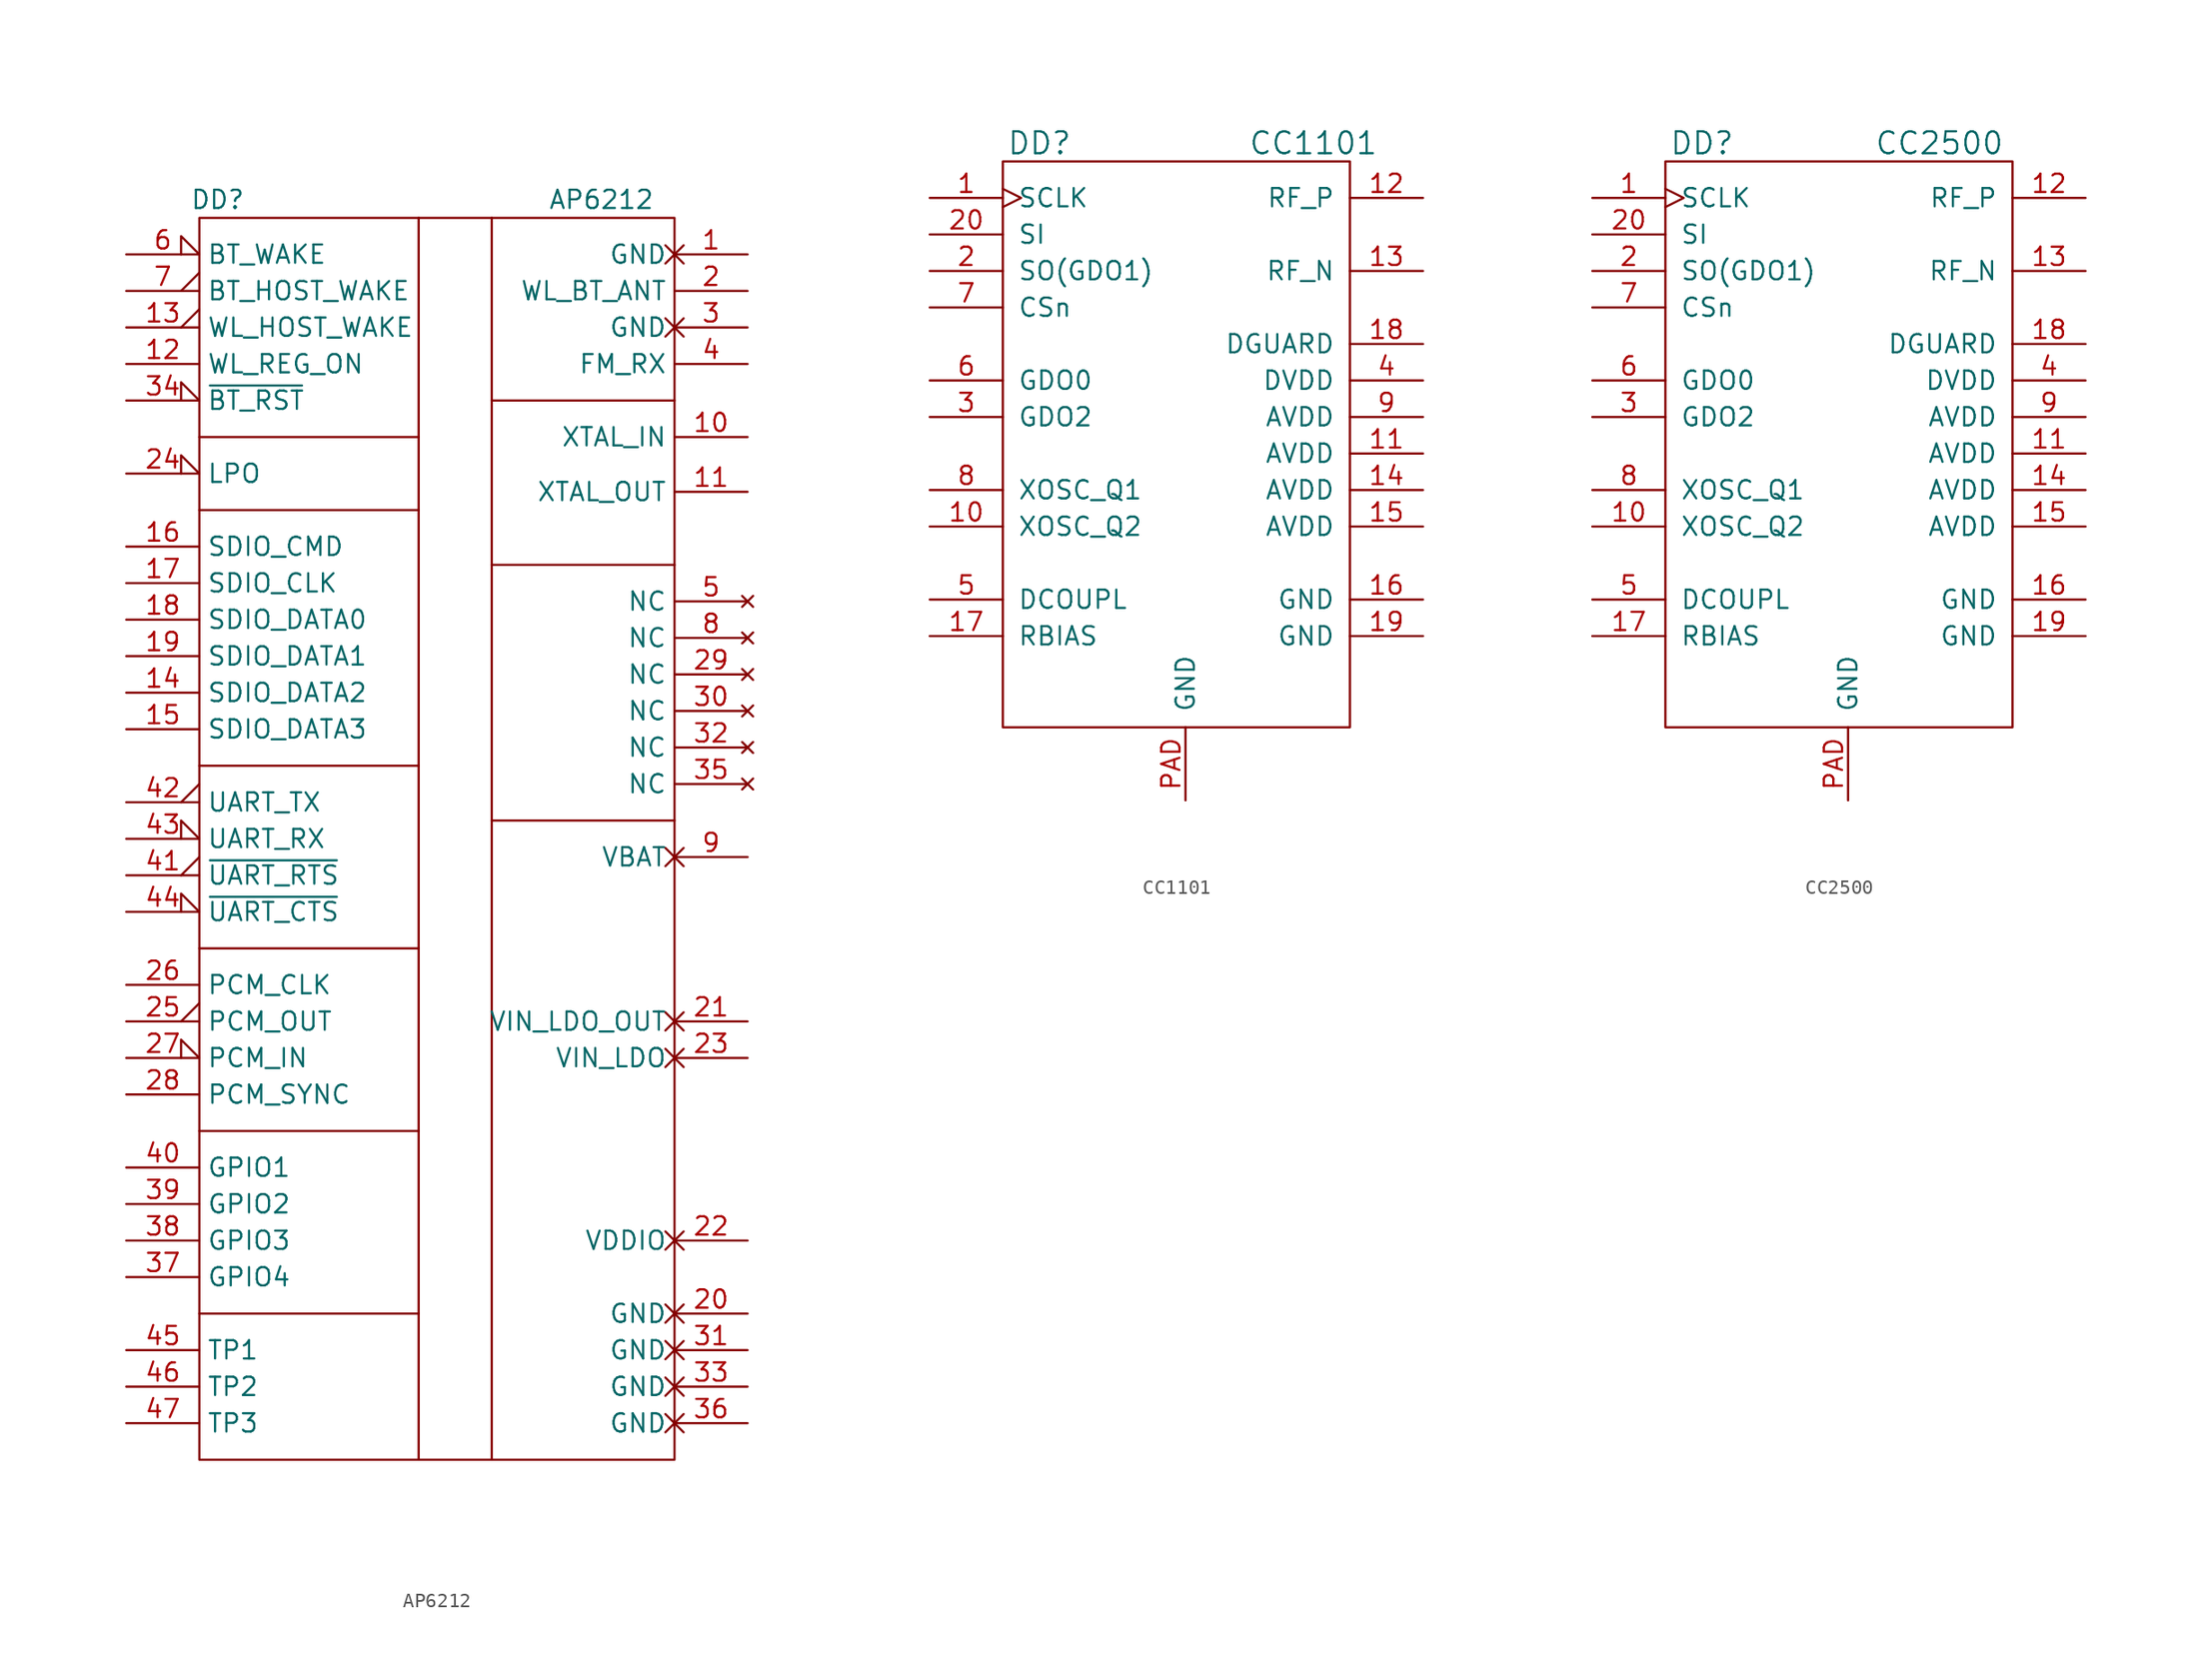
<source format=kicad_sym>
(kicad_symbol_lib
  (version 20211014)
  (generator kicad_symbol_editor)
  (symbol "AP6212"
    (property "Reference" "DD"
      (at -31.75 1.27 0)
      (effects (font (size 1.27 1.27))))
    (property "Value" "AP6212"
      (at -5.08 1.27 0)
      (effects (font (size 1.27 1.27))))
    (symbol "AP6212_0_1"
      (rectangle (start -33.02 0) (end 0 -86.36) (stroke (width 0) (type default) (color 0 0 0 0)) (fill (type none)))
      (polyline (pts (xy -33.02 -76.2) (xy -17.78 -76.2)) (stroke (width 0) (type default) (color 0 0 0 0)) (fill (type none)))
      (polyline (pts (xy -33.02 -63.5) (xy -17.78 -63.5)) (stroke (width 0) (type default) (color 0 0 0 0)) (fill (type none)))
      (polyline (pts (xy -33.02 -50.8) (xy -17.78 -50.8)) (stroke (width 0) (type default) (color 0 0 0 0)) (fill (type none)))
      (polyline (pts (xy -33.02 -38.1) (xy -17.78 -38.1)) (stroke (width 0) (type default) (color 0 0 0 0)) (fill (type none)))
      (polyline (pts (xy -33.02 -20.32) (xy -17.78 -20.32)) (stroke (width 0) (type default) (color 0 0 0 0)) (fill (type none)))
      (polyline (pts (xy -33.02 -15.24) (xy -17.78 -15.24)) (stroke (width 0) (type default) (color 0 0 0 0)) (fill (type none)))
      (polyline (pts (xy -17.78 0) (xy -17.78 -86.36)) (stroke (width 0) (type default) (color 0 0 0 0)) (fill (type none)))
      (polyline (pts (xy -12.7 -41.91) (xy 0 -41.91)) (stroke (width 0) (type default) (color 0 0 0 0)) (fill (type none)))
      (polyline (pts (xy -12.7 0) (xy -12.7 -86.36)) (stroke (width 0) (type default) (color 0 0 0 0)) (fill (type none)))
      (polyline (pts (xy 0 -24.13) (xy -12.7 -24.13)) (stroke (width 0) (type default) (color 0 0 0 0)) (fill (type none)))
      (polyline (pts (xy 0 -12.7) (xy -12.7 -12.7)) (stroke (width 0) (type default) (color 0 0 0 0)) (fill (type none))))
    (symbol "AP6212_1_1"
      (pin passive non_logic (at 5.08 -2.54 180) (length 5.08) (name "GND" (effects (font (size 1.27 1.27)))) (number "1" (effects (font (size 1.27 1.27)))))
      (pin passive line (at 5.08 -15.24 180) (length 5.08) (name "XTAL_IN" (effects (font (size 1.27 1.27)))) (number "10" (effects (font (size 1.27 1.27)))))
      (pin passive line (at 5.08 -19.05 180) (length 5.08) (name "XTAL_OUT" (effects (font (size 1.27 1.27)))) (number "11" (effects (font (size 1.27 1.27)))))
      (pin passive line (at -38.1 -10.16 0) (length 5.08) (name "WL_REG_ON" (effects (font (size 1.27 1.27)))) (number "12" (effects (font (size 1.27 1.27)))))
      (pin passive output_low (at -38.1 -7.62 0) (length 5.08) (name "WL_HOST_WAKE" (effects (font (size 1.27 1.27)))) (number "13" (effects (font (size 1.27 1.27)))))
      (pin passive line (at -38.1 -33.02 0) (length 5.08) (name "SDIO_DATA2" (effects (font (size 1.27 1.27)))) (number "14" (effects (font (size 1.27 1.27)))))
      (pin passive line (at -38.1 -35.56 0) (length 5.08) (name "SDIO_DATA3" (effects (font (size 1.27 1.27)))) (number "15" (effects (font (size 1.27 1.27)))))
      (pin passive line (at -38.1 -22.86 0) (length 5.08) (name "SDIO_CMD" (effects (font (size 1.27 1.27)))) (number "16" (effects (font (size 1.27 1.27)))))
      (pin passive line (at -38.1 -25.4 0) (length 5.08) (name "SDIO_CLK" (effects (font (size 1.27 1.27)))) (number "17" (effects (font (size 1.27 1.27)))))
      (pin passive line (at -38.1 -27.94 0) (length 5.08) (name "SDIO_DATA0" (effects (font (size 1.27 1.27)))) (number "18" (effects (font (size 1.27 1.27)))))
      (pin passive line (at -38.1 -30.48 0) (length 5.08) (name "SDIO_DATA1" (effects (font (size 1.27 1.27)))) (number "19" (effects (font (size 1.27 1.27)))))
      (pin passive line (at 5.08 -5.08 180) (length 5.08) (name "WL_BT_ANT" (effects (font (size 1.27 1.27)))) (number "2" (effects (font (size 1.27 1.27)))))
      (pin passive non_logic (at 5.08 -76.2 180) (length 5.08) (name "GND" (effects (font (size 1.27 1.27)))) (number "20" (effects (font (size 1.27 1.27)))))
      (pin passive non_logic (at 5.08 -55.88 180) (length 5.08) (name "VIN_LDO_OUT" (effects (font (size 1.27 1.27)))) (number "21" (effects (font (size 1.27 1.27)))))
      (pin passive non_logic (at 5.08 -71.12 180) (length 5.08) (name "VDDIO" (effects (font (size 1.27 1.27)))) (number "22" (effects (font (size 1.27 1.27)))))
      (pin passive non_logic (at 5.08 -58.42 180) (length 5.08) (name "VIN_LDO" (effects (font (size 1.27 1.27)))) (number "23" (effects (font (size 1.27 1.27)))))
      (pin passive input_low (at -38.1 -17.78 0) (length 5.08) (name "LPO" (effects (font (size 1.27 1.27)))) (number "24" (effects (font (size 1.27 1.27)))))
      (pin passive output_low (at -38.1 -55.88 0) (length 5.08) (name "PCM_OUT" (effects (font (size 1.27 1.27)))) (number "25" (effects (font (size 1.27 1.27)))))
      (pin passive line (at -38.1 -53.34 0) (length 5.08) (name "PCM_CLK" (effects (font (size 1.27 1.27)))) (number "26" (effects (font (size 1.27 1.27)))))
      (pin passive input_low (at -38.1 -58.42 0) (length 5.08) (name "PCM_IN" (effects (font (size 1.27 1.27)))) (number "27" (effects (font (size 1.27 1.27)))))
      (pin passive line (at -38.1 -60.96 0) (length 5.08) (name "PCM_SYNC" (effects (font (size 1.27 1.27)))) (number "28" (effects (font (size 1.27 1.27)))))
      (pin no_connect line (at 5.08 -31.75 180) (length 5.08) (name "NC" (effects (font (size 1.27 1.27)))) (number "29" (effects (font (size 1.27 1.27)))))
      (pin passive non_logic (at 5.08 -7.62 180) (length 5.08) (name "GND" (effects (font (size 1.27 1.27)))) (number "3" (effects (font (size 1.27 1.27)))))
      (pin no_connect line (at 5.08 -34.29 180) (length 5.08) (name "NC" (effects (font (size 1.27 1.27)))) (number "30" (effects (font (size 1.27 1.27)))))
      (pin passive non_logic (at 5.08 -78.74 180) (length 5.08) (name "GND" (effects (font (size 1.27 1.27)))) (number "31" (effects (font (size 1.27 1.27)))))
      (pin no_connect line (at 5.08 -36.83 180) (length 5.08) (name "NC" (effects (font (size 1.27 1.27)))) (number "32" (effects (font (size 1.27 1.27)))))
      (pin passive non_logic (at 5.08 -81.28 180) (length 5.08) (name "GND" (effects (font (size 1.27 1.27)))) (number "33" (effects (font (size 1.27 1.27)))))
      (pin passive input_low (at -38.1 -12.7 0) (length 5.08) (name "~{BT_RST}" (effects (font (size 1.27 1.27)))) (number "34" (effects (font (size 1.27 1.27)))))
      (pin no_connect line (at 5.08 -39.37 180) (length 5.08) (name "NC" (effects (font (size 1.27 1.27)))) (number "35" (effects (font (size 1.27 1.27)))))
      (pin passive non_logic (at 5.08 -83.82 180) (length 5.08) (name "GND" (effects (font (size 1.27 1.27)))) (number "36" (effects (font (size 1.27 1.27)))))
      (pin passive line (at -38.1 -73.66 0) (length 5.08) (name "GPIO4" (effects (font (size 1.27 1.27)))) (number "37" (effects (font (size 1.27 1.27)))))
      (pin passive line (at -38.1 -71.12 0) (length 5.08) (name "GPIO3" (effects (font (size 1.27 1.27)))) (number "38" (effects (font (size 1.27 1.27)))))
      (pin passive line (at -38.1 -68.58 0) (length 5.08) (name "GPIO2" (effects (font (size 1.27 1.27)))) (number "39" (effects (font (size 1.27 1.27)))))
      (pin passive line (at 5.08 -10.16 180) (length 5.08) (name "FM_RX" (effects (font (size 1.27 1.27)))) (number "4" (effects (font (size 1.27 1.27)))))
      (pin passive line (at -38.1 -66.04 0) (length 5.08) (name "GPIO1" (effects (font (size 1.27 1.27)))) (number "40" (effects (font (size 1.27 1.27)))))
      (pin passive output_low (at -38.1 -45.72 0) (length 5.08) (name "~{UART_RTS}" (effects (font (size 1.27 1.27)))) (number "41" (effects (font (size 1.27 1.27)))))
      (pin passive output_low (at -38.1 -40.64 0) (length 5.08) (name "UART_TX" (effects (font (size 1.27 1.27)))) (number "42" (effects (font (size 1.27 1.27)))))
      (pin passive input_low (at -38.1 -43.18 0) (length 5.08) (name "UART_RX" (effects (font (size 1.27 1.27)))) (number "43" (effects (font (size 1.27 1.27)))))
      (pin passive input_low (at -38.1 -48.26 0) (length 5.08) (name "~{UART_CTS}" (effects (font (size 1.27 1.27)))) (number "44" (effects (font (size 1.27 1.27)))))
      (pin passive line (at -38.1 -78.74 0) (length 5.08) (name "TP1" (effects (font (size 1.27 1.27)))) (number "45" (effects (font (size 1.27 1.27)))))
      (pin passive line (at -38.1 -81.28 0) (length 5.08) (name "TP2" (effects (font (size 1.27 1.27)))) (number "46" (effects (font (size 1.27 1.27)))))
      (pin passive line (at -38.1 -83.82 0) (length 5.08) (name "TP3" (effects (font (size 1.27 1.27)))) (number "47" (effects (font (size 1.27 1.27)))))
      (pin no_connect line (at 5.08 -26.67 180) (length 5.08) (name "NC" (effects (font (size 1.27 1.27)))) (number "5" (effects (font (size 1.27 1.27)))))
      (pin passive input_low (at -38.1 -2.54 0) (length 5.08) (name "BT_WAKE" (effects (font (size 1.27 1.27)))) (number "6" (effects (font (size 1.27 1.27)))))
      (pin passive output_low (at -38.1 -5.08 0) (length 5.08) (name "BT_HOST_WAKE" (effects (font (size 1.27 1.27)))) (number "7" (effects (font (size 1.27 1.27)))))
      (pin no_connect line (at 5.08 -29.21 180) (length 5.08) (name "NC" (effects (font (size 1.27 1.27)))) (number "8" (effects (font (size 1.27 1.27)))))
      (pin passive non_logic (at 5.08 -44.45 180) (length 5.08) (name "VBAT" (effects (font (size 1.27 1.27)))) (number "9" (effects (font (size 1.27 1.27)))))))
  (symbol "CC1101"
    (pin_names
      (offset 1.016))
    (property "Reference" "DD"
      (at -11.43 20.32 0)
      (effects (font (size 1.524 1.524))))
    (property "Value" "CC1101"
      (at 7.62 20.32 0)
      (effects (font (size 1.524 1.524))))
    (symbol "CC1101_0_1"
      (rectangle (start -13.97 19.05) (end 10.16 -20.32) (stroke (width 0) (type default) (color 0 0 0 0)) (fill (type none))))
    (symbol "CC1101_1_1"
      (pin passive clock (at -19.05 16.51 0) (length 5.08) (name "SCLK" (effects (font (size 1.27 1.27)))) (number "1" (effects (font (size 1.27 1.27)))))
      (pin passive line (at -19.05 -6.35 0) (length 5.08) (name "XOSC_Q2" (effects (font (size 1.27 1.27)))) (number "10" (effects (font (size 1.27 1.27)))))
      (pin power_in line (at 15.24 -1.27 180) (length 5.08) (name "AVDD" (effects (font (size 1.27 1.27)))) (number "11" (effects (font (size 1.27 1.27)))))
      (pin output line (at 15.24 16.51 180) (length 5.08) (name "RF_P" (effects (font (size 1.27 1.27)))) (number "12" (effects (font (size 1.27 1.27)))))
      (pin output line (at 15.24 11.43 180) (length 5.08) (name "RF_N" (effects (font (size 1.27 1.27)))) (number "13" (effects (font (size 1.27 1.27)))))
      (pin power_in line (at 15.24 -3.81 180) (length 5.08) (name "AVDD" (effects (font (size 1.27 1.27)))) (number "14" (effects (font (size 1.27 1.27)))))
      (pin power_in line (at 15.24 -6.35 180) (length 5.08) (name "AVDD" (effects (font (size 1.27 1.27)))) (number "15" (effects (font (size 1.27 1.27)))))
      (pin power_in line (at 15.24 -11.43 180) (length 5.08) (name "GND" (effects (font (size 1.27 1.27)))) (number "16" (effects (font (size 1.27 1.27)))))
      (pin passive line (at -19.05 -13.97 0) (length 5.08) (name "RBIAS" (effects (font (size 1.27 1.27)))) (number "17" (effects (font (size 1.27 1.27)))))
      (pin passive line (at 15.24 6.35 180) (length 5.08) (name "DGUARD" (effects (font (size 1.27 1.27)))) (number "18" (effects (font (size 1.27 1.27)))))
      (pin power_in line (at 15.24 -13.97 180) (length 5.08) (name "GND" (effects (font (size 1.27 1.27)))) (number "19" (effects (font (size 1.27 1.27)))))
      (pin passive line (at -19.05 11.43 0) (length 5.08) (name "SO(GDO1)" (effects (font (size 1.27 1.27)))) (number "2" (effects (font (size 1.27 1.27)))))
      (pin passive line (at -19.05 13.97 0) (length 5.08) (name "SI" (effects (font (size 1.27 1.27)))) (number "20" (effects (font (size 1.27 1.27)))))
      (pin passive line (at -19.05 1.27 0) (length 5.08) (name "GDO2" (effects (font (size 1.27 1.27)))) (number "3" (effects (font (size 1.27 1.27)))))
      (pin power_in line (at 15.24 3.81 180) (length 5.08) (name "DVDD" (effects (font (size 1.27 1.27)))) (number "4" (effects (font (size 1.27 1.27)))))
      (pin passive line (at -19.05 -11.43 0) (length 5.08) (name "DCOUPL" (effects (font (size 1.27 1.27)))) (number "5" (effects (font (size 1.27 1.27)))))
      (pin passive line (at -19.05 3.81 0) (length 5.08) (name "GDO0" (effects (font (size 1.27 1.27)))) (number "6" (effects (font (size 1.27 1.27)))))
      (pin passive line (at -19.05 8.89 0) (length 5.08) (name "CSn" (effects (font (size 1.27 1.27)))) (number "7" (effects (font (size 1.27 1.27)))))
      (pin passive line (at -19.05 -3.81 0) (length 5.08) (name "XOSC_Q1" (effects (font (size 1.27 1.27)))) (number "8" (effects (font (size 1.27 1.27)))))
      (pin power_in line (at 15.24 1.27 180) (length 5.08) (name "AVDD" (effects (font (size 1.27 1.27)))) (number "9" (effects (font (size 1.27 1.27)))))
      (pin power_in line (at -1.27 -25.4 90) (length 5.08) (name "GND" (effects (font (size 1.27 1.27)))) (number "PAD" (effects (font (size 1.27 1.27)))))))
  (symbol "CC2500"
    (pin_names
      (offset 1.016))
    (property "Reference" "DD"
      (at -10.16 21.59 0)
      (effects (font (size 1.524 1.524))))
    (property "Value" "CC2500"
      (at 6.35 21.59 0)
      (effects (font (size 1.524 1.524))))
    (property "Footprint" ""
      (at 0 0 0)
      (effects (font (size 1.524 1.524))))
    (property "Datasheet" ""
      (at 0 0 0)
      (effects (font (size 1.524 1.524))))
    (symbol "CC2500_0_1"
      (rectangle (start -12.7 20.32) (end 11.43 -19.05) (stroke (width 0) (type default) (color 0 0 0 0)) (fill (type none))))
    (symbol "CC2500_1_1"
      (pin input clock (at -17.78 17.78 0) (length 5.08) (name "SCLK" (effects (font (size 1.27 1.27)))) (number "1" (effects (font (size 1.27 1.27)))))
      (pin passive line (at -17.78 -5.08 0) (length 5.08) (name "XOSC_Q2" (effects (font (size 1.27 1.27)))) (number "10" (effects (font (size 1.27 1.27)))))
      (pin power_in line (at 16.51 0 180) (length 5.08) (name "AVDD" (effects (font (size 1.27 1.27)))) (number "11" (effects (font (size 1.27 1.27)))))
      (pin passive line (at 16.51 17.78 180) (length 5.08) (name "RF_P" (effects (font (size 1.27 1.27)))) (number "12" (effects (font (size 1.27 1.27)))))
      (pin passive line (at 16.51 12.7 180) (length 5.08) (name "RF_N" (effects (font (size 1.27 1.27)))) (number "13" (effects (font (size 1.27 1.27)))))
      (pin power_in line (at 16.51 -2.54 180) (length 5.08) (name "AVDD" (effects (font (size 1.27 1.27)))) (number "14" (effects (font (size 1.27 1.27)))))
      (pin power_in line (at 16.51 -5.08 180) (length 5.08) (name "AVDD" (effects (font (size 1.27 1.27)))) (number "15" (effects (font (size 1.27 1.27)))))
      (pin power_in line (at 16.51 -10.16 180) (length 5.08) (name "GND" (effects (font (size 1.27 1.27)))) (number "16" (effects (font (size 1.27 1.27)))))
      (pin passive line (at -17.78 -12.7 0) (length 5.08) (name "RBIAS" (effects (font (size 1.27 1.27)))) (number "17" (effects (font (size 1.27 1.27)))))
      (pin passive line (at 16.51 7.62 180) (length 5.08) (name "DGUARD" (effects (font (size 1.27 1.27)))) (number "18" (effects (font (size 1.27 1.27)))))
      (pin power_in line (at 16.51 -12.7 180) (length 5.08) (name "GND" (effects (font (size 1.27 1.27)))) (number "19" (effects (font (size 1.27 1.27)))))
      (pin output line (at -17.78 12.7 0) (length 5.08) (name "SO(GDO1)" (effects (font (size 1.27 1.27)))) (number "2" (effects (font (size 1.27 1.27)))))
      (pin input line (at -17.78 15.24 0) (length 5.08) (name "SI" (effects (font (size 1.27 1.27)))) (number "20" (effects (font (size 1.27 1.27)))))
      (pin bidirectional line (at -17.78 2.54 0) (length 5.08) (name "GDO2" (effects (font (size 1.27 1.27)))) (number "3" (effects (font (size 1.27 1.27)))))
      (pin power_in line (at 16.51 5.08 180) (length 5.08) (name "DVDD" (effects (font (size 1.27 1.27)))) (number "4" (effects (font (size 1.27 1.27)))))
      (pin passive line (at -17.78 -10.16 0) (length 5.08) (name "DCOUPL" (effects (font (size 1.27 1.27)))) (number "5" (effects (font (size 1.27 1.27)))))
      (pin bidirectional line (at -17.78 5.08 0) (length 5.08) (name "GDO0" (effects (font (size 1.27 1.27)))) (number "6" (effects (font (size 1.27 1.27)))))
      (pin input line (at -17.78 10.16 0) (length 5.08) (name "CSn" (effects (font (size 1.27 1.27)))) (number "7" (effects (font (size 1.27 1.27)))))
      (pin passive line (at -17.78 -2.54 0) (length 5.08) (name "XOSC_Q1" (effects (font (size 1.27 1.27)))) (number "8" (effects (font (size 1.27 1.27)))))
      (pin power_in line (at 16.51 2.54 180) (length 5.08) (name "AVDD" (effects (font (size 1.27 1.27)))) (number "9" (effects (font (size 1.27 1.27)))))
      (pin power_in line (at 0 -24.13 90) (length 5.08) (name "GND" (effects (font (size 1.27 1.27)))) (number "PAD" (effects (font (size 1.27 1.27))))))))
</source>
